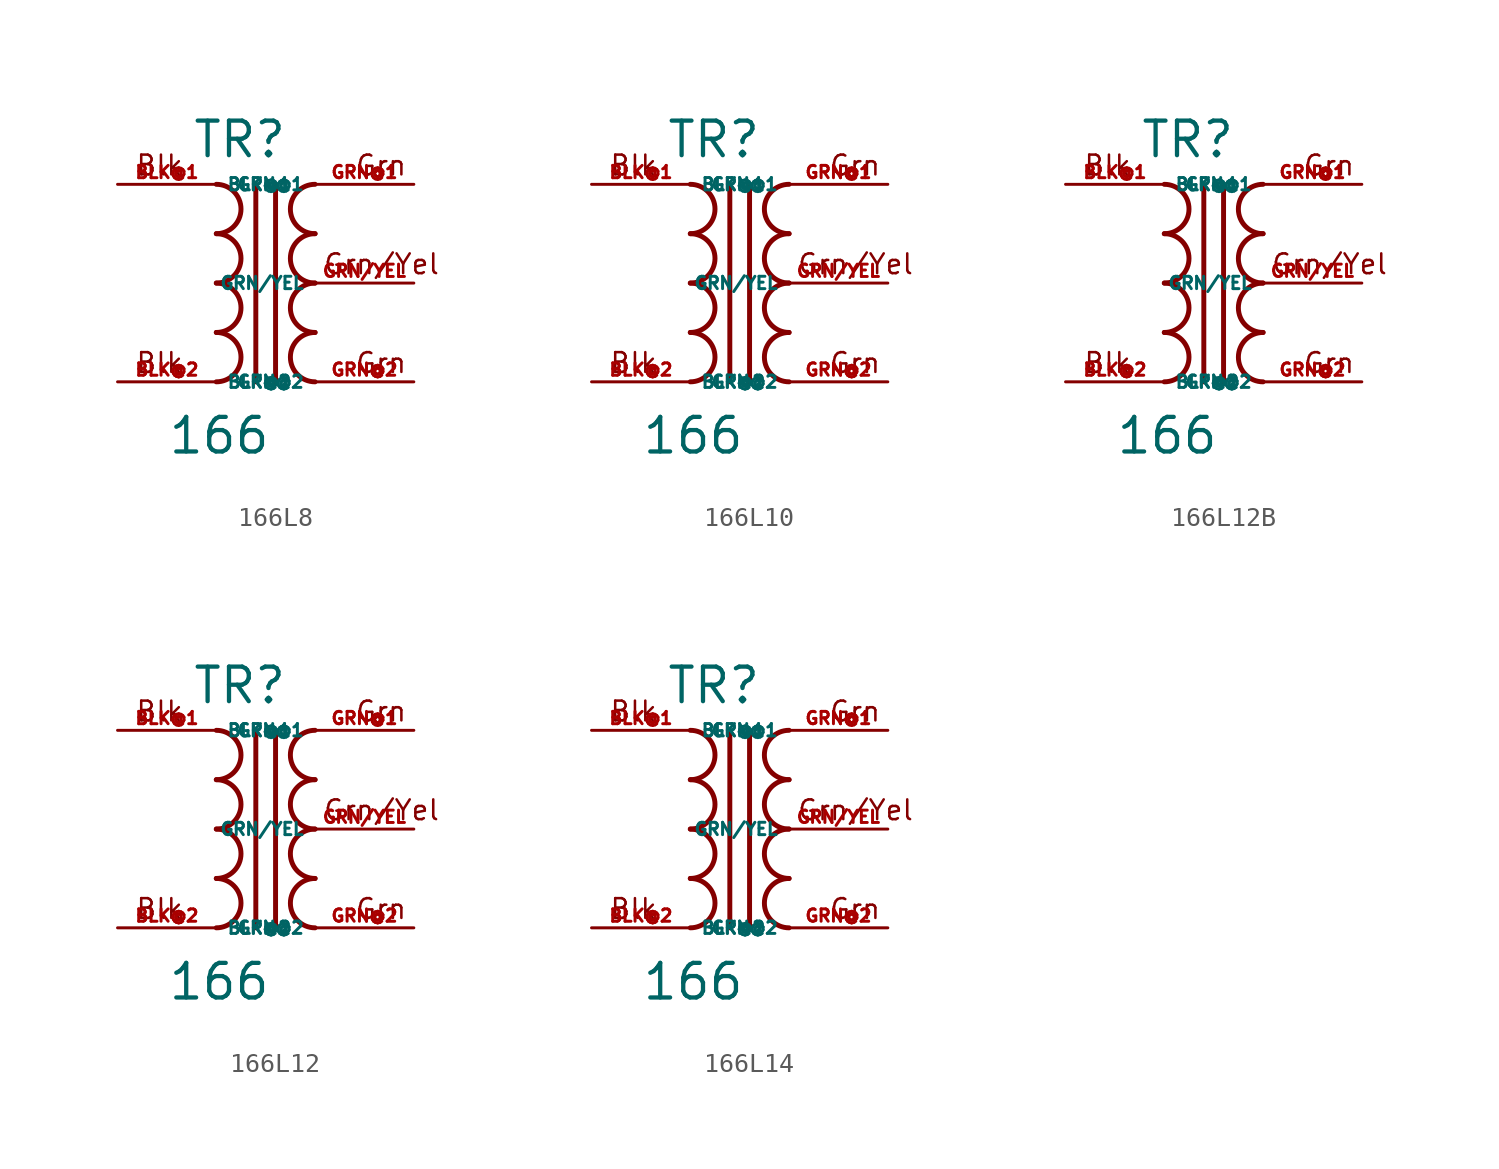
<source format=kicad_sym>
(kicad_symbol_lib
  (version 20220914)
  (generator Eagle2Kicad)
  (symbol "166L8"
    (property "Reference" "TR"
      (at -3.81 6.35 0)
      (effects (font (size 1.778 1.778) (thickness 0.22)) (justify left bottom)))
    (property "Value" "166"
      (at -5.08 -8.89 0)
      (effects (font (size 1.778 1.778) (thickness 0.22)) (justify left bottom)))
    (polyline
      (pts (xy -0.508 5.08) (xy -0.508 -5.08))
      (stroke (width 0.254) (type default))
      (fill (type none)))
    (arc
      (start -2.54 0)
      (mid -1.270 1.270)
      (end -2.54 2.54)
      (stroke (width 0.254) (type default))
      (fill (type none)))
    (arc
      (start -2.54 -2.54)
      (mid -1.270 -1.270)
      (end -2.54 0)
      (stroke (width 0.254) (type default))
      (fill (type none)))
    (arc
      (start -2.54 -5.08)
      (mid -1.270 -3.810)
      (end -2.54 -2.54)
      (stroke (width 0.254) (type default))
      (fill (type none)))
    (arc
      (start -2.54 2.54)
      (mid -1.270 3.810)
      (end -2.54 5.08)
      (stroke (width 0.254) (type default))
      (fill (type none)))
    (arc
      (start 2.54 2.54)
      (mid 1.270 1.270)
      (end 2.54 0)
      (stroke (width 0.254) (type default))
      (fill (type none)))
    (arc
      (start 2.54 5.08)
      (mid 1.270 3.810)
      (end 2.54 2.54)
      (stroke (width 0.254) (type default))
      (fill (type none)))
    (arc
      (start 2.54 0)
      (mid 1.270 -1.270)
      (end 2.54 -2.54)
      (stroke (width 0.254) (type default))
      (fill (type none)))
    (arc
      (start 2.54 -2.54)
      (mid 1.270 -3.810)
      (end 2.54 -5.08)
      (stroke (width 0.254) (type default))
      (fill (type none)))
    (polyline
      (pts (xy 0.508 5.08) (xy 0.508 -5.08))
      (stroke (width 0.254) (type default))
      (fill (type none)))
    (text "Blk"
      (at -6.731 5.461 0)
      (effects (font (size 1.016 1.016) (thickness 0.13)) (justify left bottom)))
    (text "Blk"
      (at -6.731 -4.699 0)
      (effects (font (size 1.016 1.016) (thickness 0.13)) (justify left bottom)))
    (text "Grn"
      (at 4.572 5.461 0)
      (effects (font (size 1.016 1.016) (thickness 0.13)) (justify left bottom)))
    (text "Grn"
      (at 4.572 -4.699 0)
      (effects (font (size 1.016 1.016) (thickness 0.13)) (justify left bottom)))
    (text "Grn/Yel"
      (at 2.921 0.381 0)
      (effects (font (size 1.016 1.016) (thickness 0.13)) (justify left bottom)))
    (pin passive line
      (at -7.62 5.08 0)
      (length 5.08)
      (name "BLK@1" (effects (font (size 0.635 0.635) (thickness 0.08)) (justify left bottom)))
      (number "BLK@1" (effects (font (size 0.635 0.635) (thickness 0.08)) (justify left bottom))))
    (pin passive line
      (at -7.62 -5.08 0)
      (length 5.08)
      (name "BLK@2" (effects (font (size 0.635 0.635) (thickness 0.08)) (justify left bottom)))
      (number "BLK@2" (effects (font (size 0.635 0.635) (thickness 0.08)) (justify left bottom))))
    (pin passive line
      (at 7.62 5.08 180)
      (length 5.08)
      (name "GRN@1" (effects (font (size 0.635 0.635) (thickness 0.08)) (justify left bottom)))
      (number "GRN@1" (effects (font (size 0.635 0.635) (thickness 0.08)) (justify left bottom))))
    (pin passive line
      (at 7.62 0 180)
      (length 5.08)
      (name "GRN/YEL" (effects (font (size 0.635 0.635) (thickness 0.08)) (justify left bottom)))
      (number "GRN/YEL" (effects (font (size 0.635 0.635) (thickness 0.08)) (justify left bottom))))
    (pin passive line
      (at 7.62 -5.08 180)
      (length 5.08)
      (name "GRN@2" (effects (font (size 0.635 0.635) (thickness 0.08)) (justify left bottom)))
      (number "GRN@2" (effects (font (size 0.635 0.635) (thickness 0.08)) (justify left bottom)))))
  (symbol "166L10"
    (property "Reference" "TR"
      (at -3.81 6.35 0)
      (effects (font (size 1.778 1.778) (thickness 0.22)) (justify left bottom)))
    (property "Value" "166"
      (at -5.08 -8.89 0)
      (effects (font (size 1.778 1.778) (thickness 0.22)) (justify left bottom)))
    (polyline
      (pts (xy -0.508 5.08) (xy -0.508 -5.08))
      (stroke (width 0.254) (type default))
      (fill (type none)))
    (arc
      (start -2.54 0)
      (mid -1.270 1.270)
      (end -2.54 2.54)
      (stroke (width 0.254) (type default))
      (fill (type none)))
    (arc
      (start -2.54 -2.54)
      (mid -1.270 -1.270)
      (end -2.54 0)
      (stroke (width 0.254) (type default))
      (fill (type none)))
    (arc
      (start -2.54 -5.08)
      (mid -1.270 -3.810)
      (end -2.54 -2.54)
      (stroke (width 0.254) (type default))
      (fill (type none)))
    (arc
      (start -2.54 2.54)
      (mid -1.270 3.810)
      (end -2.54 5.08)
      (stroke (width 0.254) (type default))
      (fill (type none)))
    (arc
      (start 2.54 2.54)
      (mid 1.270 1.270)
      (end 2.54 0)
      (stroke (width 0.254) (type default))
      (fill (type none)))
    (arc
      (start 2.54 5.08)
      (mid 1.270 3.810)
      (end 2.54 2.54)
      (stroke (width 0.254) (type default))
      (fill (type none)))
    (arc
      (start 2.54 0)
      (mid 1.270 -1.270)
      (end 2.54 -2.54)
      (stroke (width 0.254) (type default))
      (fill (type none)))
    (arc
      (start 2.54 -2.54)
      (mid 1.270 -3.810)
      (end 2.54 -5.08)
      (stroke (width 0.254) (type default))
      (fill (type none)))
    (polyline
      (pts (xy 0.508 5.08) (xy 0.508 -5.08))
      (stroke (width 0.254) (type default))
      (fill (type none)))
    (text "Blk"
      (at -6.731 5.461 0)
      (effects (font (size 1.016 1.016) (thickness 0.13)) (justify left bottom)))
    (text "Blk"
      (at -6.731 -4.699 0)
      (effects (font (size 1.016 1.016) (thickness 0.13)) (justify left bottom)))
    (text "Grn"
      (at 4.572 5.461 0)
      (effects (font (size 1.016 1.016) (thickness 0.13)) (justify left bottom)))
    (text "Grn"
      (at 4.572 -4.699 0)
      (effects (font (size 1.016 1.016) (thickness 0.13)) (justify left bottom)))
    (text "Grn/Yel"
      (at 2.921 0.381 0)
      (effects (font (size 1.016 1.016) (thickness 0.13)) (justify left bottom)))
    (pin passive line
      (at -7.62 5.08 0)
      (length 5.08)
      (name "BLK@1" (effects (font (size 0.635 0.635) (thickness 0.08)) (justify left bottom)))
      (number "BLK@1" (effects (font (size 0.635 0.635) (thickness 0.08)) (justify left bottom))))
    (pin passive line
      (at -7.62 -5.08 0)
      (length 5.08)
      (name "BLK@2" (effects (font (size 0.635 0.635) (thickness 0.08)) (justify left bottom)))
      (number "BLK@2" (effects (font (size 0.635 0.635) (thickness 0.08)) (justify left bottom))))
    (pin passive line
      (at 7.62 5.08 180)
      (length 5.08)
      (name "GRN@1" (effects (font (size 0.635 0.635) (thickness 0.08)) (justify left bottom)))
      (number "GRN@1" (effects (font (size 0.635 0.635) (thickness 0.08)) (justify left bottom))))
    (pin passive line
      (at 7.62 0 180)
      (length 5.08)
      (name "GRN/YEL" (effects (font (size 0.635 0.635) (thickness 0.08)) (justify left bottom)))
      (number "GRN/YEL" (effects (font (size 0.635 0.635) (thickness 0.08)) (justify left bottom))))
    (pin passive line
      (at 7.62 -5.08 180)
      (length 5.08)
      (name "GRN@2" (effects (font (size 0.635 0.635) (thickness 0.08)) (justify left bottom)))
      (number "GRN@2" (effects (font (size 0.635 0.635) (thickness 0.08)) (justify left bottom)))))
  (symbol "166L12B"
    (property "Reference" "TR"
      (at -3.81 6.35 0)
      (effects (font (size 1.778 1.778) (thickness 0.22)) (justify left bottom)))
    (property "Value" "166"
      (at -5.08 -8.89 0)
      (effects (font (size 1.778 1.778) (thickness 0.22)) (justify left bottom)))
    (polyline
      (pts (xy -0.508 5.08) (xy -0.508 -5.08))
      (stroke (width 0.254) (type default))
      (fill (type none)))
    (arc
      (start -2.54 0)
      (mid -1.270 1.270)
      (end -2.54 2.54)
      (stroke (width 0.254) (type default))
      (fill (type none)))
    (arc
      (start -2.54 -2.54)
      (mid -1.270 -1.270)
      (end -2.54 0)
      (stroke (width 0.254) (type default))
      (fill (type none)))
    (arc
      (start -2.54 -5.08)
      (mid -1.270 -3.810)
      (end -2.54 -2.54)
      (stroke (width 0.254) (type default))
      (fill (type none)))
    (arc
      (start -2.54 2.54)
      (mid -1.270 3.810)
      (end -2.54 5.08)
      (stroke (width 0.254) (type default))
      (fill (type none)))
    (arc
      (start 2.54 2.54)
      (mid 1.270 1.270)
      (end 2.54 0)
      (stroke (width 0.254) (type default))
      (fill (type none)))
    (arc
      (start 2.54 5.08)
      (mid 1.270 3.810)
      (end 2.54 2.54)
      (stroke (width 0.254) (type default))
      (fill (type none)))
    (arc
      (start 2.54 0)
      (mid 1.270 -1.270)
      (end 2.54 -2.54)
      (stroke (width 0.254) (type default))
      (fill (type none)))
    (arc
      (start 2.54 -2.54)
      (mid 1.270 -3.810)
      (end 2.54 -5.08)
      (stroke (width 0.254) (type default))
      (fill (type none)))
    (polyline
      (pts (xy 0.508 5.08) (xy 0.508 -5.08))
      (stroke (width 0.254) (type default))
      (fill (type none)))
    (text "Blk"
      (at -6.731 5.461 0)
      (effects (font (size 1.016 1.016) (thickness 0.13)) (justify left bottom)))
    (text "Blk"
      (at -6.731 -4.699 0)
      (effects (font (size 1.016 1.016) (thickness 0.13)) (justify left bottom)))
    (text "Grn"
      (at 4.572 5.461 0)
      (effects (font (size 1.016 1.016) (thickness 0.13)) (justify left bottom)))
    (text "Grn"
      (at 4.572 -4.699 0)
      (effects (font (size 1.016 1.016) (thickness 0.13)) (justify left bottom)))
    (text "Grn/Yel"
      (at 2.921 0.381 0)
      (effects (font (size 1.016 1.016) (thickness 0.13)) (justify left bottom)))
    (pin passive line
      (at -7.62 5.08 0)
      (length 5.08)
      (name "BLK@1" (effects (font (size 0.635 0.635) (thickness 0.08)) (justify left bottom)))
      (number "BLK@1" (effects (font (size 0.635 0.635) (thickness 0.08)) (justify left bottom))))
    (pin passive line
      (at -7.62 -5.08 0)
      (length 5.08)
      (name "BLK@2" (effects (font (size 0.635 0.635) (thickness 0.08)) (justify left bottom)))
      (number "BLK@2" (effects (font (size 0.635 0.635) (thickness 0.08)) (justify left bottom))))
    (pin passive line
      (at 7.62 5.08 180)
      (length 5.08)
      (name "GRN@1" (effects (font (size 0.635 0.635) (thickness 0.08)) (justify left bottom)))
      (number "GRN@1" (effects (font (size 0.635 0.635) (thickness 0.08)) (justify left bottom))))
    (pin passive line
      (at 7.62 0 180)
      (length 5.08)
      (name "GRN/YEL" (effects (font (size 0.635 0.635) (thickness 0.08)) (justify left bottom)))
      (number "GRN/YEL" (effects (font (size 0.635 0.635) (thickness 0.08)) (justify left bottom))))
    (pin passive line
      (at 7.62 -5.08 180)
      (length 5.08)
      (name "GRN@2" (effects (font (size 0.635 0.635) (thickness 0.08)) (justify left bottom)))
      (number "GRN@2" (effects (font (size 0.635 0.635) (thickness 0.08)) (justify left bottom)))))
  (symbol "166L12"
    (property "Reference" "TR"
      (at -3.81 6.35 0)
      (effects (font (size 1.778 1.778) (thickness 0.22)) (justify left bottom)))
    (property "Value" "166"
      (at -5.08 -8.89 0)
      (effects (font (size 1.778 1.778) (thickness 0.22)) (justify left bottom)))
    (polyline
      (pts (xy -0.508 5.08) (xy -0.508 -5.08))
      (stroke (width 0.254) (type default))
      (fill (type none)))
    (arc
      (start -2.54 0)
      (mid -1.270 1.270)
      (end -2.54 2.54)
      (stroke (width 0.254) (type default))
      (fill (type none)))
    (arc
      (start -2.54 -2.54)
      (mid -1.270 -1.270)
      (end -2.54 0)
      (stroke (width 0.254) (type default))
      (fill (type none)))
    (arc
      (start -2.54 -5.08)
      (mid -1.270 -3.810)
      (end -2.54 -2.54)
      (stroke (width 0.254) (type default))
      (fill (type none)))
    (arc
      (start -2.54 2.54)
      (mid -1.270 3.810)
      (end -2.54 5.08)
      (stroke (width 0.254) (type default))
      (fill (type none)))
    (arc
      (start 2.54 2.54)
      (mid 1.270 1.270)
      (end 2.54 0)
      (stroke (width 0.254) (type default))
      (fill (type none)))
    (arc
      (start 2.54 5.08)
      (mid 1.270 3.810)
      (end 2.54 2.54)
      (stroke (width 0.254) (type default))
      (fill (type none)))
    (arc
      (start 2.54 0)
      (mid 1.270 -1.270)
      (end 2.54 -2.54)
      (stroke (width 0.254) (type default))
      (fill (type none)))
    (arc
      (start 2.54 -2.54)
      (mid 1.270 -3.810)
      (end 2.54 -5.08)
      (stroke (width 0.254) (type default))
      (fill (type none)))
    (polyline
      (pts (xy 0.508 5.08) (xy 0.508 -5.08))
      (stroke (width 0.254) (type default))
      (fill (type none)))
    (text "Blk"
      (at -6.731 5.461 0)
      (effects (font (size 1.016 1.016) (thickness 0.13)) (justify left bottom)))
    (text "Blk"
      (at -6.731 -4.699 0)
      (effects (font (size 1.016 1.016) (thickness 0.13)) (justify left bottom)))
    (text "Grn"
      (at 4.572 5.461 0)
      (effects (font (size 1.016 1.016) (thickness 0.13)) (justify left bottom)))
    (text "Grn"
      (at 4.572 -4.699 0)
      (effects (font (size 1.016 1.016) (thickness 0.13)) (justify left bottom)))
    (text "Grn/Yel"
      (at 2.921 0.381 0)
      (effects (font (size 1.016 1.016) (thickness 0.13)) (justify left bottom)))
    (pin passive line
      (at -7.62 5.08 0)
      (length 5.08)
      (name "BLK@1" (effects (font (size 0.635 0.635) (thickness 0.08)) (justify left bottom)))
      (number "BLK@1" (effects (font (size 0.635 0.635) (thickness 0.08)) (justify left bottom))))
    (pin passive line
      (at -7.62 -5.08 0)
      (length 5.08)
      (name "BLK@2" (effects (font (size 0.635 0.635) (thickness 0.08)) (justify left bottom)))
      (number "BLK@2" (effects (font (size 0.635 0.635) (thickness 0.08)) (justify left bottom))))
    (pin passive line
      (at 7.62 5.08 180)
      (length 5.08)
      (name "GRN@1" (effects (font (size 0.635 0.635) (thickness 0.08)) (justify left bottom)))
      (number "GRN@1" (effects (font (size 0.635 0.635) (thickness 0.08)) (justify left bottom))))
    (pin passive line
      (at 7.62 0 180)
      (length 5.08)
      (name "GRN/YEL" (effects (font (size 0.635 0.635) (thickness 0.08)) (justify left bottom)))
      (number "GRN/YEL" (effects (font (size 0.635 0.635) (thickness 0.08)) (justify left bottom))))
    (pin passive line
      (at 7.62 -5.08 180)
      (length 5.08)
      (name "GRN@2" (effects (font (size 0.635 0.635) (thickness 0.08)) (justify left bottom)))
      (number "GRN@2" (effects (font (size 0.635 0.635) (thickness 0.08)) (justify left bottom)))))
  (symbol "166L14"
    (property "Reference" "TR"
      (at -3.81 6.35 0)
      (effects (font (size 1.778 1.778) (thickness 0.22)) (justify left bottom)))
    (property "Value" "166"
      (at -5.08 -8.89 0)
      (effects (font (size 1.778 1.778) (thickness 0.22)) (justify left bottom)))
    (polyline
      (pts (xy -0.508 5.08) (xy -0.508 -5.08))
      (stroke (width 0.254) (type default))
      (fill (type none)))
    (arc
      (start -2.54 0)
      (mid -1.270 1.270)
      (end -2.54 2.54)
      (stroke (width 0.254) (type default))
      (fill (type none)))
    (arc
      (start -2.54 -2.54)
      (mid -1.270 -1.270)
      (end -2.54 0)
      (stroke (width 0.254) (type default))
      (fill (type none)))
    (arc
      (start -2.54 -5.08)
      (mid -1.270 -3.810)
      (end -2.54 -2.54)
      (stroke (width 0.254) (type default))
      (fill (type none)))
    (arc
      (start -2.54 2.54)
      (mid -1.270 3.810)
      (end -2.54 5.08)
      (stroke (width 0.254) (type default))
      (fill (type none)))
    (arc
      (start 2.54 2.54)
      (mid 1.270 1.270)
      (end 2.54 0)
      (stroke (width 0.254) (type default))
      (fill (type none)))
    (arc
      (start 2.54 5.08)
      (mid 1.270 3.810)
      (end 2.54 2.54)
      (stroke (width 0.254) (type default))
      (fill (type none)))
    (arc
      (start 2.54 0)
      (mid 1.270 -1.270)
      (end 2.54 -2.54)
      (stroke (width 0.254) (type default))
      (fill (type none)))
    (arc
      (start 2.54 -2.54)
      (mid 1.270 -3.810)
      (end 2.54 -5.08)
      (stroke (width 0.254) (type default))
      (fill (type none)))
    (polyline
      (pts (xy 0.508 5.08) (xy 0.508 -5.08))
      (stroke (width 0.254) (type default))
      (fill (type none)))
    (text "Blk"
      (at -6.731 5.461 0)
      (effects (font (size 1.016 1.016) (thickness 0.13)) (justify left bottom)))
    (text "Blk"
      (at -6.731 -4.699 0)
      (effects (font (size 1.016 1.016) (thickness 0.13)) (justify left bottom)))
    (text "Grn"
      (at 4.572 5.461 0)
      (effects (font (size 1.016 1.016) (thickness 0.13)) (justify left bottom)))
    (text "Grn"
      (at 4.572 -4.699 0)
      (effects (font (size 1.016 1.016) (thickness 0.13)) (justify left bottom)))
    (text "Grn/Yel"
      (at 2.921 0.381 0)
      (effects (font (size 1.016 1.016) (thickness 0.13)) (justify left bottom)))
    (pin passive line
      (at -7.62 5.08 0)
      (length 5.08)
      (name "BLK@1" (effects (font (size 0.635 0.635) (thickness 0.08)) (justify left bottom)))
      (number "BLK@1" (effects (font (size 0.635 0.635) (thickness 0.08)) (justify left bottom))))
    (pin passive line
      (at -7.62 -5.08 0)
      (length 5.08)
      (name "BLK@2" (effects (font (size 0.635 0.635) (thickness 0.08)) (justify left bottom)))
      (number "BLK@2" (effects (font (size 0.635 0.635) (thickness 0.08)) (justify left bottom))))
    (pin passive line
      (at 7.62 5.08 180)
      (length 5.08)
      (name "GRN@1" (effects (font (size 0.635 0.635) (thickness 0.08)) (justify left bottom)))
      (number "GRN@1" (effects (font (size 0.635 0.635) (thickness 0.08)) (justify left bottom))))
    (pin passive line
      (at 7.62 0 180)
      (length 5.08)
      (name "GRN/YEL" (effects (font (size 0.635 0.635) (thickness 0.08)) (justify left bottom)))
      (number "GRN/YEL" (effects (font (size 0.635 0.635) (thickness 0.08)) (justify left bottom))))
    (pin passive line
      (at 7.62 -5.08 180)
      (length 5.08)
      (name "GRN@2" (effects (font (size 0.635 0.635) (thickness 0.08)) (justify left bottom)))
      (number "GRN@2" (effects (font (size 0.635 0.635) (thickness 0.08)) (justify left bottom))))))
</source>
